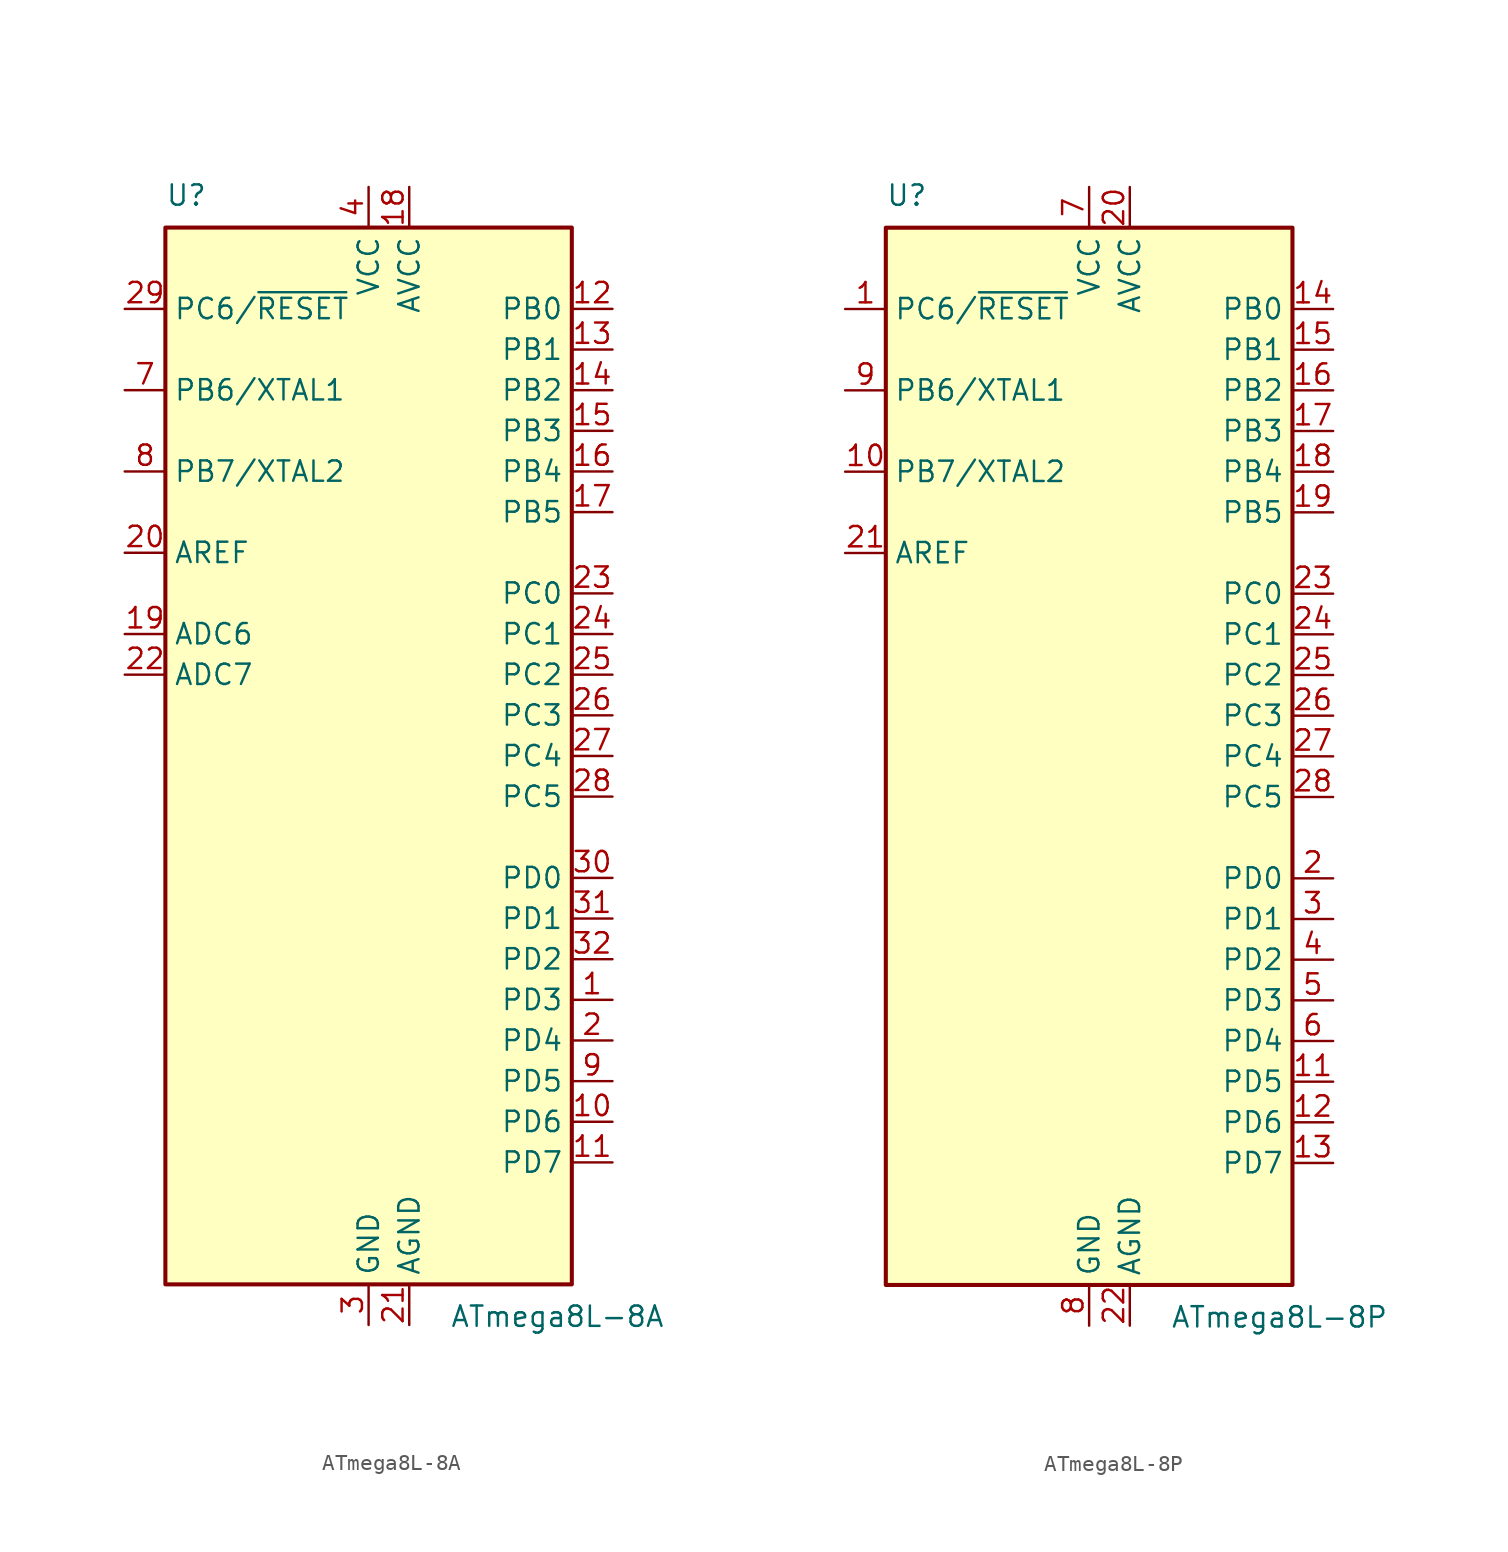
<source format=kicad_sym>
(kicad_symbol_lib
  (version 20241209)
  (generator "kicad_symbol_editor")
  (generator_version "9.0")
  (symbol "ATmega8L-8A"
    (property "Reference" "U"
      (at -12.7 34.29 0)
      (effects (font (size 1.27 1.27)) (justify left bottom)))
    (property "Value" "ATmega8L-8A"
      (at 5.08 -34.29 0)
      (effects (font (size 1.27 1.27)) (justify left top)))
    (symbol "ATmega8L-8A_0_1"
      (rectangle (start -12.7 -33.02) (end 12.7 33.02) (stroke (width 0.254) (type default)) (fill (type background))))
    (symbol "ATmega8L-8A_1_1"
      (pin bidirectional line (at -15.24 27.94 0) (length 2.54) (name "PC6/~{RESET}" (effects (font (size 1.27 1.27)))) (number "29" (effects (font (size 1.27 1.27)))))
      (pin bidirectional line (at -15.24 22.86 0) (length 2.54) (name "PB6/XTAL1" (effects (font (size 1.27 1.27)))) (number "7" (effects (font (size 1.27 1.27)))))
      (pin bidirectional line (at -15.24 17.78 0) (length 2.54) (name "PB7/XTAL2" (effects (font (size 1.27 1.27)))) (number "8" (effects (font (size 1.27 1.27)))))
      (pin passive line (at -15.24 12.7 0) (length 2.54) (name "AREF" (effects (font (size 1.27 1.27)))) (number "20" (effects (font (size 1.27 1.27)))))
      (pin input line (at -15.24 7.62 0) (length 2.54) (name "ADC6" (effects (font (size 1.27 1.27)))) (number "19" (effects (font (size 1.27 1.27)))))
      (pin input line (at -15.24 5.08 0) (length 2.54) (name "ADC7" (effects (font (size 1.27 1.27)))) (number "22" (effects (font (size 1.27 1.27)))))
      (pin power_in line (at 0 35.56 270) (length 2.54) (name "VCC" (effects (font (size 1.27 1.27)))) (number "4" (effects (font (size 1.27 1.27)))))
      (pin passive line (at 0 35.56 270) (length 2.54) (hide yes) (name "VCC" (effects (font (size 1.27 1.27)))) (number "6" (effects (font (size 1.27 1.27)))))
      (pin power_in line (at 0 -35.56 90) (length 2.54) (name "GND" (effects (font (size 1.27 1.27)))) (number "3" (effects (font (size 1.27 1.27)))))
      (pin passive line (at 0 -35.56 90) (length 2.54) (hide yes) (name "GND" (effects (font (size 1.27 1.27)))) (number "5" (effects (font (size 1.27 1.27)))))
      (pin power_in line (at 2.54 35.56 270) (length 2.54) (name "AVCC" (effects (font (size 1.27 1.27)))) (number "18" (effects (font (size 1.27 1.27)))))
      (pin power_in line (at 2.54 -35.56 90) (length 2.54) (name "AGND" (effects (font (size 1.27 1.27)))) (number "21" (effects (font (size 1.27 1.27)))))
      (pin bidirectional line (at 15.24 27.94 180) (length 2.54) (name "PB0" (effects (font (size 1.27 1.27)))) (number "12" (effects (font (size 1.27 1.27)))))
      (pin bidirectional line (at 15.24 25.4 180) (length 2.54) (name "PB1" (effects (font (size 1.27 1.27)))) (number "13" (effects (font (size 1.27 1.27)))))
      (pin bidirectional line (at 15.24 22.86 180) (length 2.54) (name "PB2" (effects (font (size 1.27 1.27)))) (number "14" (effects (font (size 1.27 1.27)))))
      (pin bidirectional line (at 15.24 20.32 180) (length 2.54) (name "PB3" (effects (font (size 1.27 1.27)))) (number "15" (effects (font (size 1.27 1.27)))))
      (pin bidirectional line (at 15.24 17.78 180) (length 2.54) (name "PB4" (effects (font (size 1.27 1.27)))) (number "16" (effects (font (size 1.27 1.27)))))
      (pin bidirectional line (at 15.24 15.24 180) (length 2.54) (name "PB5" (effects (font (size 1.27 1.27)))) (number "17" (effects (font (size 1.27 1.27)))))
      (pin bidirectional line (at 15.24 10.16 180) (length 2.54) (name "PC0" (effects (font (size 1.27 1.27)))) (number "23" (effects (font (size 1.27 1.27)))))
      (pin bidirectional line (at 15.24 7.62 180) (length 2.54) (name "PC1" (effects (font (size 1.27 1.27)))) (number "24" (effects (font (size 1.27 1.27)))))
      (pin bidirectional line (at 15.24 5.08 180) (length 2.54) (name "PC2" (effects (font (size 1.27 1.27)))) (number "25" (effects (font (size 1.27 1.27)))))
      (pin bidirectional line (at 15.24 2.54 180) (length 2.54) (name "PC3" (effects (font (size 1.27 1.27)))) (number "26" (effects (font (size 1.27 1.27)))))
      (pin bidirectional line (at 15.24 0 180) (length 2.54) (name "PC4" (effects (font (size 1.27 1.27)))) (number "27" (effects (font (size 1.27 1.27)))))
      (pin bidirectional line (at 15.24 -2.54 180) (length 2.54) (name "PC5" (effects (font (size 1.27 1.27)))) (number "28" (effects (font (size 1.27 1.27)))))
      (pin bidirectional line (at 15.24 -7.62 180) (length 2.54) (name "PD0" (effects (font (size 1.27 1.27)))) (number "30" (effects (font (size 1.27 1.27)))))
      (pin bidirectional line (at 15.24 -10.16 180) (length 2.54) (name "PD1" (effects (font (size 1.27 1.27)))) (number "31" (effects (font (size 1.27 1.27)))))
      (pin bidirectional line (at 15.24 -12.7 180) (length 2.54) (name "PD2" (effects (font (size 1.27 1.27)))) (number "32" (effects (font (size 1.27 1.27)))))
      (pin bidirectional line (at 15.24 -15.24 180) (length 2.54) (name "PD3" (effects (font (size 1.27 1.27)))) (number "1" (effects (font (size 1.27 1.27)))))
      (pin bidirectional line (at 15.24 -17.78 180) (length 2.54) (name "PD4" (effects (font (size 1.27 1.27)))) (number "2" (effects (font (size 1.27 1.27)))))
      (pin bidirectional line (at 15.24 -20.32 180) (length 2.54) (name "PD5" (effects (font (size 1.27 1.27)))) (number "9" (effects (font (size 1.27 1.27)))))
      (pin bidirectional line (at 15.24 -22.86 180) (length 2.54) (name "PD6" (effects (font (size 1.27 1.27)))) (number "10" (effects (font (size 1.27 1.27)))))
      (pin bidirectional line (at 15.24 -25.4 180) (length 2.54) (name "PD7" (effects (font (size 1.27 1.27)))) (number "11" (effects (font (size 1.27 1.27)))))))
  (symbol "ATmega8L-8P"
    (property "Reference" "U"
      (at -12.7 34.29 0)
      (effects (font (size 1.27 1.27)) (justify left bottom)))
    (property "Value" "ATmega8L-8P"
      (at 5.08 -34.29 0)
      (effects (font (size 1.27 1.27)) (justify left top)))
    (symbol "ATmega8L-8P_0_1"
      (rectangle (start -12.7 -33.02) (end 12.7 33.02) (stroke (width 0.254) (type default)) (fill (type background))))
    (symbol "ATmega8L-8P_1_1"
      (pin bidirectional line (at -15.24 27.94 0) (length 2.54) (name "PC6/~{RESET}" (effects (font (size 1.27 1.27)))) (number "1" (effects (font (size 1.27 1.27)))))
      (pin bidirectional line (at -15.24 22.86 0) (length 2.54) (name "PB6/XTAL1" (effects (font (size 1.27 1.27)))) (number "9" (effects (font (size 1.27 1.27)))))
      (pin bidirectional line (at -15.24 17.78 0) (length 2.54) (name "PB7/XTAL2" (effects (font (size 1.27 1.27)))) (number "10" (effects (font (size 1.27 1.27)))))
      (pin passive line (at -15.24 12.7 0) (length 2.54) (name "AREF" (effects (font (size 1.27 1.27)))) (number "21" (effects (font (size 1.27 1.27)))))
      (pin power_in line (at 0 35.56 270) (length 2.54) (name "VCC" (effects (font (size 1.27 1.27)))) (number "7" (effects (font (size 1.27 1.27)))))
      (pin power_in line (at 0 -35.56 90) (length 2.54) (name "GND" (effects (font (size 1.27 1.27)))) (number "8" (effects (font (size 1.27 1.27)))))
      (pin power_in line (at 2.54 35.56 270) (length 2.54) (name "AVCC" (effects (font (size 1.27 1.27)))) (number "20" (effects (font (size 1.27 1.27)))))
      (pin power_in line (at 2.54 -35.56 90) (length 2.54) (name "AGND" (effects (font (size 1.27 1.27)))) (number "22" (effects (font (size 1.27 1.27)))))
      (pin bidirectional line (at 15.24 27.94 180) (length 2.54) (name "PB0" (effects (font (size 1.27 1.27)))) (number "14" (effects (font (size 1.27 1.27)))))
      (pin bidirectional line (at 15.24 25.4 180) (length 2.54) (name "PB1" (effects (font (size 1.27 1.27)))) (number "15" (effects (font (size 1.27 1.27)))))
      (pin bidirectional line (at 15.24 22.86 180) (length 2.54) (name "PB2" (effects (font (size 1.27 1.27)))) (number "16" (effects (font (size 1.27 1.27)))))
      (pin bidirectional line (at 15.24 20.32 180) (length 2.54) (name "PB3" (effects (font (size 1.27 1.27)))) (number "17" (effects (font (size 1.27 1.27)))))
      (pin bidirectional line (at 15.24 17.78 180) (length 2.54) (name "PB4" (effects (font (size 1.27 1.27)))) (number "18" (effects (font (size 1.27 1.27)))))
      (pin bidirectional line (at 15.24 15.24 180) (length 2.54) (name "PB5" (effects (font (size 1.27 1.27)))) (number "19" (effects (font (size 1.27 1.27)))))
      (pin bidirectional line (at 15.24 10.16 180) (length 2.54) (name "PC0" (effects (font (size 1.27 1.27)))) (number "23" (effects (font (size 1.27 1.27)))))
      (pin bidirectional line (at 15.24 7.62 180) (length 2.54) (name "PC1" (effects (font (size 1.27 1.27)))) (number "24" (effects (font (size 1.27 1.27)))))
      (pin bidirectional line (at 15.24 5.08 180) (length 2.54) (name "PC2" (effects (font (size 1.27 1.27)))) (number "25" (effects (font (size 1.27 1.27)))))
      (pin bidirectional line (at 15.24 2.54 180) (length 2.54) (name "PC3" (effects (font (size 1.27 1.27)))) (number "26" (effects (font (size 1.27 1.27)))))
      (pin bidirectional line (at 15.24 0 180) (length 2.54) (name "PC4" (effects (font (size 1.27 1.27)))) (number "27" (effects (font (size 1.27 1.27)))))
      (pin bidirectional line (at 15.24 -2.54 180) (length 2.54) (name "PC5" (effects (font (size 1.27 1.27)))) (number "28" (effects (font (size 1.27 1.27)))))
      (pin bidirectional line (at 15.24 -7.62 180) (length 2.54) (name "PD0" (effects (font (size 1.27 1.27)))) (number "2" (effects (font (size 1.27 1.27)))))
      (pin bidirectional line (at 15.24 -10.16 180) (length 2.54) (name "PD1" (effects (font (size 1.27 1.27)))) (number "3" (effects (font (size 1.27 1.27)))))
      (pin bidirectional line (at 15.24 -12.7 180) (length 2.54) (name "PD2" (effects (font (size 1.27 1.27)))) (number "4" (effects (font (size 1.27 1.27)))))
      (pin bidirectional line (at 15.24 -15.24 180) (length 2.54) (name "PD3" (effects (font (size 1.27 1.27)))) (number "5" (effects (font (size 1.27 1.27)))))
      (pin bidirectional line (at 15.24 -17.78 180) (length 2.54) (name "PD4" (effects (font (size 1.27 1.27)))) (number "6" (effects (font (size 1.27 1.27)))))
      (pin bidirectional line (at 15.24 -20.32 180) (length 2.54) (name "PD5" (effects (font (size 1.27 1.27)))) (number "11" (effects (font (size 1.27 1.27)))))
      (pin bidirectional line (at 15.24 -22.86 180) (length 2.54) (name "PD6" (effects (font (size 1.27 1.27)))) (number "12" (effects (font (size 1.27 1.27)))))
      (pin bidirectional line (at 15.24 -25.4 180) (length 2.54) (name "PD7" (effects (font (size 1.27 1.27)))) (number "13" (effects (font (size 1.27 1.27))))))))
</source>
